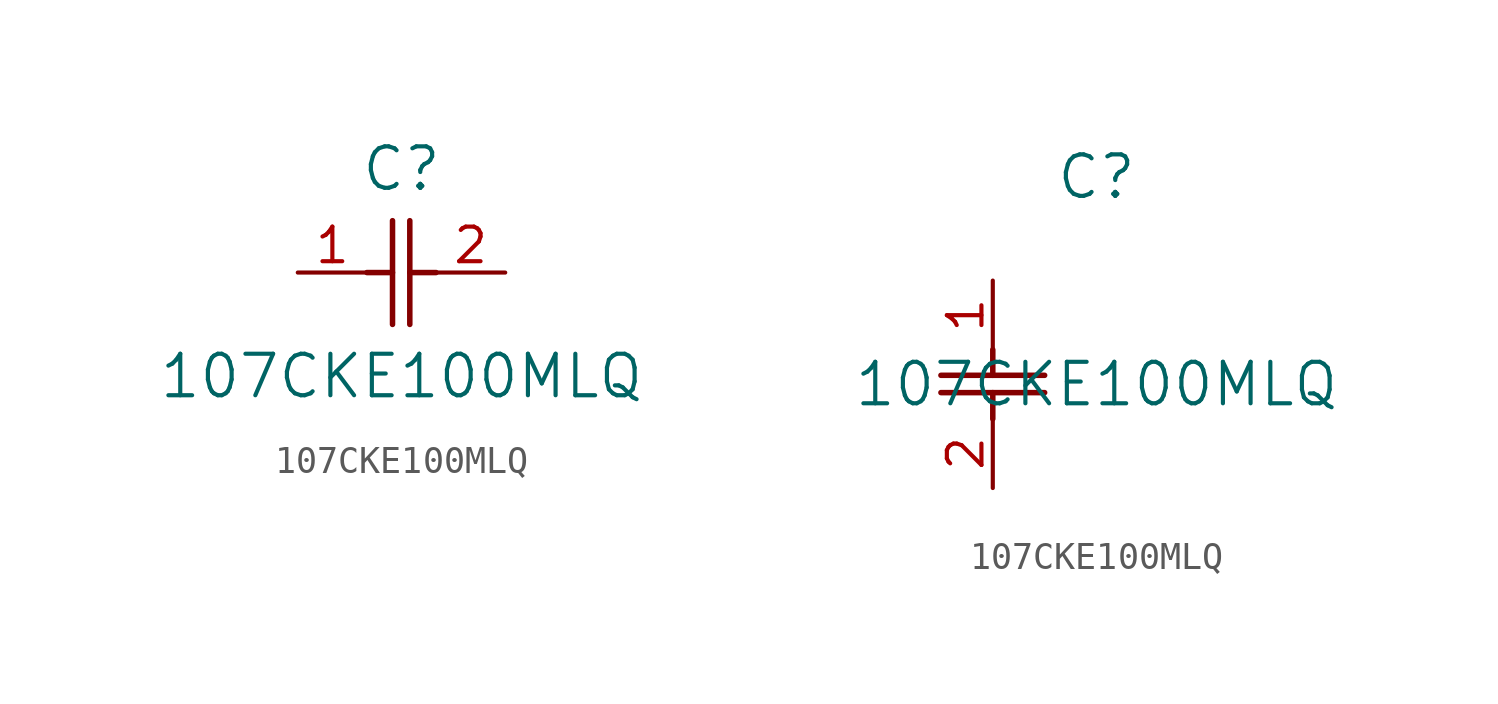
<source format=kicad_sym>
(kicad_symbol_lib
  (version 20211014)
  (generator kicad_symbol_editor)
  (symbol "107CKE100MLQ"
    (pin_names
      (offset 0.254))
    (property "Reference" "C"
      (at 3.81 3.81 0)
      (effects (font (size 1.524 1.524))))
    (property "Value" "107CKE100MLQ"
      (at 3.81 -3.81 0)
      (effects (font (size 1.524 1.524))))
    (symbol "107CKE100MLQ_1_1"
      (polyline (pts (xy 3.48 -1.905) (xy 3.48 1.905)) (stroke (width 0.203) (type default) (color 0 0 0 0)) (fill (type none)))
      (polyline (pts (xy 4.115 -1.905) (xy 4.115 1.905)) (stroke (width 0.203) (type default) (color 0 0 0 0)) (fill (type none)))
      (polyline (pts (xy 4.115 0) (xy 5.08 0)) (stroke (width 0.203) (type default) (color 0 0 0 0)) (fill (type none)))
      (polyline (pts (xy 2.54 0) (xy 3.48 0)) (stroke (width 0.203) (type default) (color 0 0 0 0)) (fill (type none)))
      (pin unspecified line (at 0 0 0) (length 2.54) (name "" (effects (font (size 1.27 1.27)))) (number "1" (effects (font (size 1.27 1.27)))))
      (pin unspecified line (at 7.62 0 180) (length 2.54) (name "" (effects (font (size 1.27 1.27)))) (number "2" (effects (font (size 1.27 1.27))))))
    (symbol "107CKE100MLQ_1_2"
      (polyline (pts (xy -1.905 -3.48) (xy 1.905 -3.48)) (stroke (width 0.203) (type default) (color 0 0 0 0)) (fill (type none)))
      (polyline (pts (xy -1.905 -4.115) (xy 1.905 -4.115)) (stroke (width 0.203) (type default) (color 0 0 0 0)) (fill (type none)))
      (polyline (pts (xy 0 -4.115) (xy 0 -5.08)) (stroke (width 0.203) (type default) (color 0 0 0 0)) (fill (type none)))
      (polyline (pts (xy 0 -2.54) (xy 0 -3.48)) (stroke (width 0.203) (type default) (color 0 0 0 0)) (fill (type none)))
      (pin unspecified line (at 0 0 270) (length 2.54) (name "" (effects (font (size 1.27 1.27)))) (number "1" (effects (font (size 1.27 1.27)))))
      (pin unspecified line (at 0 -7.62 90) (length 2.54) (name "" (effects (font (size 1.27 1.27)))) (number "2" (effects (font (size 1.27 1.27))))))))
</source>
